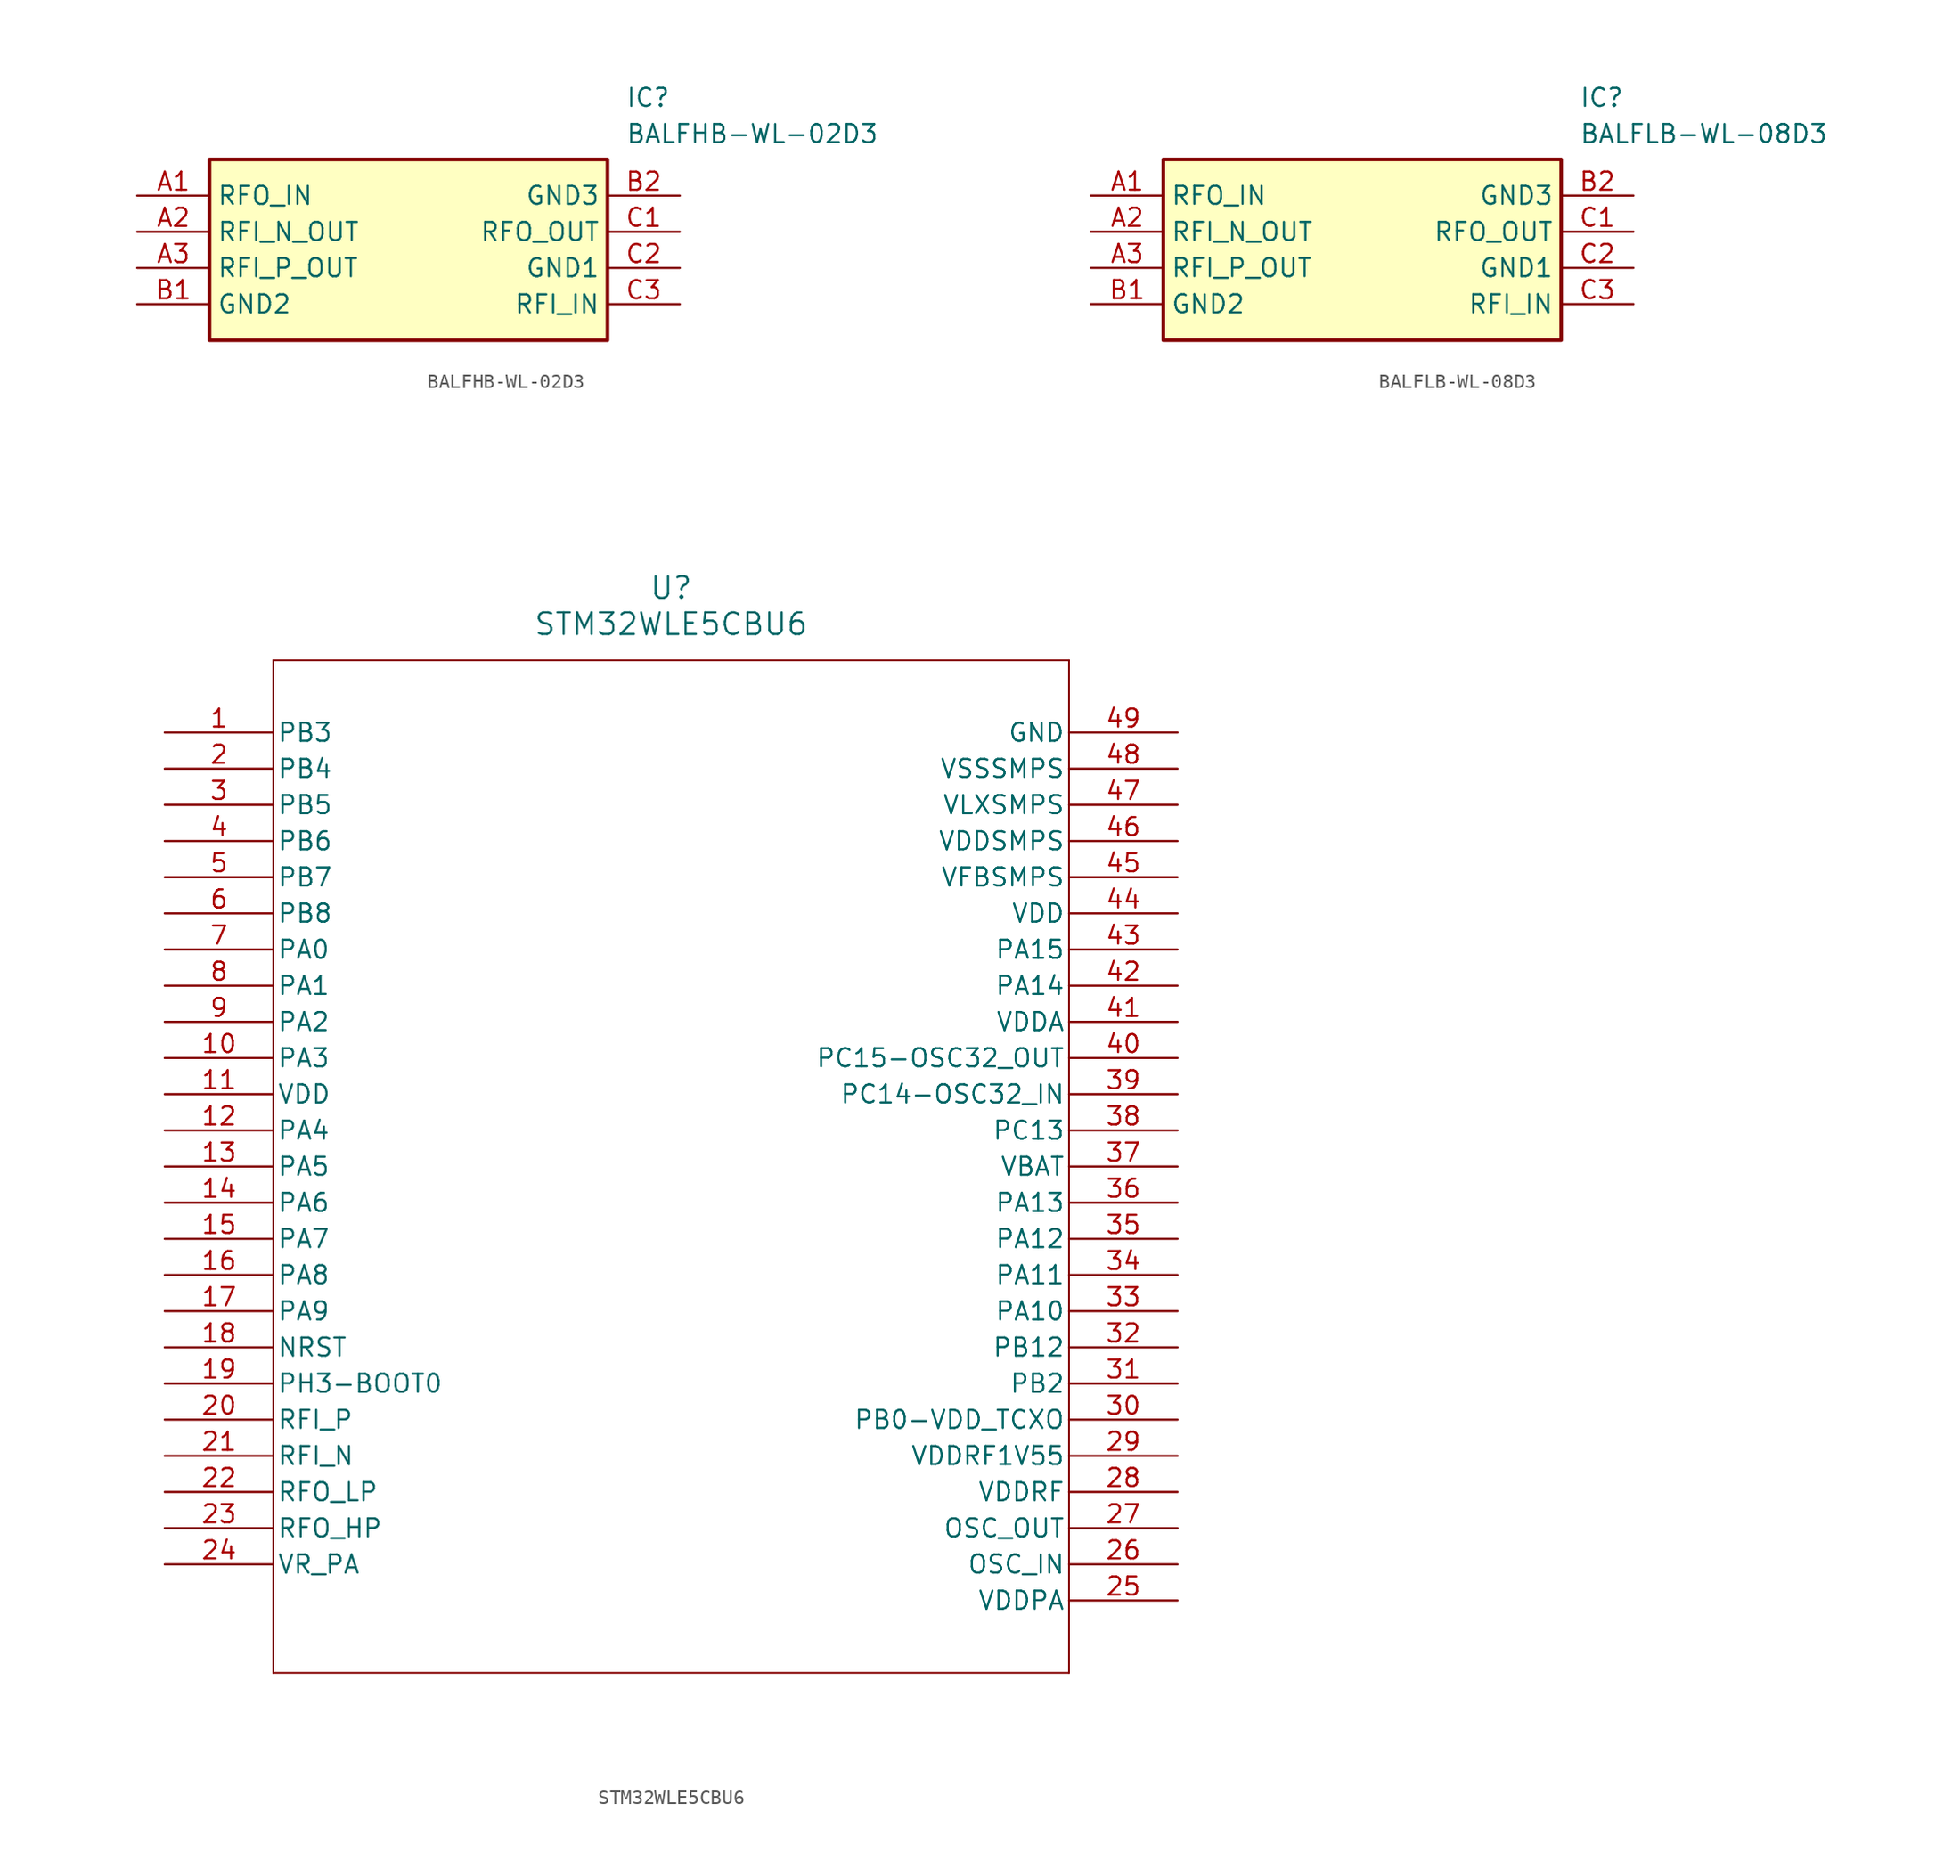
<source format=kicad_sym>
(kicad_symbol_lib
  (version 20231120)
  (generator "kicad_symbol_editor")
  (generator_version "8.0")
  (symbol "BALFHB-WL-02D3"
    (property "Reference" "IC"
      (at 34.29 7.62 0)
      (effects (font (size 1.27 1.27)) (justify left top)))
    (property "Value" "BALFHB-WL-02D3"
      (at 34.29 5.08 0)
      (effects (font (size 1.27 1.27)) (justify left top)))
    (symbol "BALFHB-WL-02D3_1_1"
      (rectangle (start 5.08 2.54) (end 33.02 -10.16) (stroke (width 0.254) (type default)) (fill (type background)))
      (pin passive line (at 0 0 0) (length 5.08) (name "RFO_IN" (effects (font (size 1.27 1.27)))) (number "A1" (effects (font (size 1.27 1.27)))))
      (pin passive line (at 0 -2.54 0) (length 5.08) (name "RFI_N_OUT" (effects (font (size 1.27 1.27)))) (number "A2" (effects (font (size 1.27 1.27)))))
      (pin passive line (at 0 -5.08 0) (length 5.08) (name "RFI_P_OUT" (effects (font (size 1.27 1.27)))) (number "A3" (effects (font (size 1.27 1.27)))))
      (pin passive line (at 0 -7.62 0) (length 5.08) (name "GND2" (effects (font (size 1.27 1.27)))) (number "B1" (effects (font (size 1.27 1.27)))))
      (pin passive line (at 38.1 0 180) (length 5.08) (name "GND3" (effects (font (size 1.27 1.27)))) (number "B2" (effects (font (size 1.27 1.27)))))
      (pin passive line (at 38.1 -2.54 180) (length 5.08) (name "RFO_OUT" (effects (font (size 1.27 1.27)))) (number "C1" (effects (font (size 1.27 1.27)))))
      (pin passive line (at 38.1 -5.08 180) (length 5.08) (name "GND1" (effects (font (size 1.27 1.27)))) (number "C2" (effects (font (size 1.27 1.27)))))
      (pin passive line (at 38.1 -7.62 180) (length 5.08) (name "RFI_IN" (effects (font (size 1.27 1.27)))) (number "C3" (effects (font (size 1.27 1.27)))))))
  (symbol "BALFLB-WL-08D3"
    (property "Reference" "IC"
      (at 34.29 7.62 0)
      (effects (font (size 1.27 1.27)) (justify left top)))
    (property "Value" "BALFLB-WL-08D3"
      (at 34.29 5.08 0)
      (effects (font (size 1.27 1.27)) (justify left top)))
    (symbol "BALFLB-WL-08D3_1_1"
      (rectangle (start 5.08 2.54) (end 33.02 -10.16) (stroke (width 0.254) (type default)) (fill (type background)))
      (pin passive line (at 0 0 0) (length 5.08) (name "RFO_IN" (effects (font (size 1.27 1.27)))) (number "A1" (effects (font (size 1.27 1.27)))))
      (pin passive line (at 0 -2.54 0) (length 5.08) (name "RFI_N_OUT" (effects (font (size 1.27 1.27)))) (number "A2" (effects (font (size 1.27 1.27)))))
      (pin passive line (at 0 -5.08 0) (length 5.08) (name "RFI_P_OUT" (effects (font (size 1.27 1.27)))) (number "A3" (effects (font (size 1.27 1.27)))))
      (pin passive line (at 0 -7.62 0) (length 5.08) (name "GND2" (effects (font (size 1.27 1.27)))) (number "B1" (effects (font (size 1.27 1.27)))))
      (pin passive line (at 38.1 0 180) (length 5.08) (name "GND3" (effects (font (size 1.27 1.27)))) (number "B2" (effects (font (size 1.27 1.27)))))
      (pin passive line (at 38.1 -2.54 180) (length 5.08) (name "RFO_OUT" (effects (font (size 1.27 1.27)))) (number "C1" (effects (font (size 1.27 1.27)))))
      (pin passive line (at 38.1 -5.08 180) (length 5.08) (name "GND1" (effects (font (size 1.27 1.27)))) (number "C2" (effects (font (size 1.27 1.27)))))
      (pin passive line (at 38.1 -7.62 180) (length 5.08) (name "RFI_IN" (effects (font (size 1.27 1.27)))) (number "C3" (effects (font (size 1.27 1.27)))))))
  (symbol "STM32WLE5CBU6"
    (pin_names
      (offset 0.254))
    (property "Reference" "U"
      (at 35.56 10.16 0)
      (effects (font (size 1.524 1.524))))
    (property "Value" "STM32WLE5CBU6"
      (at 35.56 7.62 0)
      (effects (font (size 1.524 1.524))))
    (property "ki_locked" ""
      (at 0 0 0)
      (effects (font (size 1.27 1.27))))
    (symbol "STM32WLE5CBU6_0_1"
      (polyline (pts (xy 7.62 -66.04) (xy 63.5 -66.04)) (stroke (width 0.127) (type default)) (fill (type none)))
      (polyline (pts (xy 7.62 5.08) (xy 7.62 -66.04)) (stroke (width 0.127) (type default)) (fill (type none)))
      (polyline (pts (xy 63.5 -66.04) (xy 63.5 5.08)) (stroke (width 0.127) (type default)) (fill (type none)))
      (polyline (pts (xy 63.5 5.08) (xy 7.62 5.08)) (stroke (width 0.127) (type default)) (fill (type none)))
      (pin bidirectional line (at 0 0 0) (length 7.62) (name "PB3" (effects (font (size 1.27 1.27)))) (number "1" (effects (font (size 1.27 1.27)))))
      (pin bidirectional line (at 0 -22.86 0) (length 7.62) (name "PA3" (effects (font (size 1.27 1.27)))) (number "10" (effects (font (size 1.27 1.27)))))
      (pin power_in line (at 0 -25.4 0) (length 7.62) (name "VDD" (effects (font (size 1.27 1.27)))) (number "11" (effects (font (size 1.27 1.27)))))
      (pin bidirectional line (at 0 -27.94 0) (length 7.62) (name "PA4" (effects (font (size 1.27 1.27)))) (number "12" (effects (font (size 1.27 1.27)))))
      (pin bidirectional line (at 0 -30.48 0) (length 7.62) (name "PA5" (effects (font (size 1.27 1.27)))) (number "13" (effects (font (size 1.27 1.27)))))
      (pin bidirectional line (at 0 -33.02 0) (length 7.62) (name "PA6" (effects (font (size 1.27 1.27)))) (number "14" (effects (font (size 1.27 1.27)))))
      (pin bidirectional line (at 0 -35.56 0) (length 7.62) (name "PA7" (effects (font (size 1.27 1.27)))) (number "15" (effects (font (size 1.27 1.27)))))
      (pin bidirectional line (at 0 -38.1 0) (length 7.62) (name "PA8" (effects (font (size 1.27 1.27)))) (number "16" (effects (font (size 1.27 1.27)))))
      (pin bidirectional line (at 0 -40.64 0) (length 7.62) (name "PA9" (effects (font (size 1.27 1.27)))) (number "17" (effects (font (size 1.27 1.27)))))
      (pin bidirectional line (at 0 -43.18 0) (length 7.62) (name "NRST" (effects (font (size 1.27 1.27)))) (number "18" (effects (font (size 1.27 1.27)))))
      (pin bidirectional line (at 0 -45.72 0) (length 7.62) (name "PH3-BOOT0" (effects (font (size 1.27 1.27)))) (number "19" (effects (font (size 1.27 1.27)))))
      (pin bidirectional line (at 0 -2.54 0) (length 7.62) (name "PB4" (effects (font (size 1.27 1.27)))) (number "2" (effects (font (size 1.27 1.27)))))
      (pin input line (at 0 -48.26 0) (length 7.62) (name "RFI_P" (effects (font (size 1.27 1.27)))) (number "20" (effects (font (size 1.27 1.27)))))
      (pin input line (at 0 -50.8 0) (length 7.62) (name "RFI_N" (effects (font (size 1.27 1.27)))) (number "21" (effects (font (size 1.27 1.27)))))
      (pin output line (at 0 -53.34 0) (length 7.62) (name "RFO_LP" (effects (font (size 1.27 1.27)))) (number "22" (effects (font (size 1.27 1.27)))))
      (pin output line (at 0 -55.88 0) (length 7.62) (name "RFO_HP" (effects (font (size 1.27 1.27)))) (number "23" (effects (font (size 1.27 1.27)))))
      (pin power_in line (at 0 -58.42 0) (length 7.62) (name "VR_PA" (effects (font (size 1.27 1.27)))) (number "24" (effects (font (size 1.27 1.27)))))
      (pin power_in line (at 71.12 -60.96 180) (length 7.62) (name "VDDPA" (effects (font (size 1.27 1.27)))) (number "25" (effects (font (size 1.27 1.27)))))
      (pin input line (at 71.12 -58.42 180) (length 7.62) (name "OSC_IN" (effects (font (size 1.27 1.27)))) (number "26" (effects (font (size 1.27 1.27)))))
      (pin output line (at 71.12 -55.88 180) (length 7.62) (name "OSC_OUT" (effects (font (size 1.27 1.27)))) (number "27" (effects (font (size 1.27 1.27)))))
      (pin power_in line (at 71.12 -53.34 180) (length 7.62) (name "VDDRF" (effects (font (size 1.27 1.27)))) (number "28" (effects (font (size 1.27 1.27)))))
      (pin power_in line (at 71.12 -50.8 180) (length 7.62) (name "VDDRF1V55" (effects (font (size 1.27 1.27)))) (number "29" (effects (font (size 1.27 1.27)))))
      (pin bidirectional line (at 0 -5.08 0) (length 7.62) (name "PB5" (effects (font (size 1.27 1.27)))) (number "3" (effects (font (size 1.27 1.27)))))
      (pin power_in line (at 71.12 -48.26 180) (length 7.62) (name "PB0-VDD_TCXO" (effects (font (size 1.27 1.27)))) (number "30" (effects (font (size 1.27 1.27)))))
      (pin bidirectional line (at 71.12 -45.72 180) (length 7.62) (name "PB2" (effects (font (size 1.27 1.27)))) (number "31" (effects (font (size 1.27 1.27)))))
      (pin bidirectional line (at 71.12 -43.18 180) (length 7.62) (name "PB12" (effects (font (size 1.27 1.27)))) (number "32" (effects (font (size 1.27 1.27)))))
      (pin bidirectional line (at 71.12 -40.64 180) (length 7.62) (name "PA10" (effects (font (size 1.27 1.27)))) (number "33" (effects (font (size 1.27 1.27)))))
      (pin bidirectional line (at 71.12 -38.1 180) (length 7.62) (name "PA11" (effects (font (size 1.27 1.27)))) (number "34" (effects (font (size 1.27 1.27)))))
      (pin bidirectional line (at 71.12 -35.56 180) (length 7.62) (name "PA12" (effects (font (size 1.27 1.27)))) (number "35" (effects (font (size 1.27 1.27)))))
      (pin bidirectional line (at 71.12 -33.02 180) (length 7.62) (name "PA13" (effects (font (size 1.27 1.27)))) (number "36" (effects (font (size 1.27 1.27)))))
      (pin power_in line (at 71.12 -30.48 180) (length 7.62) (name "VBAT" (effects (font (size 1.27 1.27)))) (number "37" (effects (font (size 1.27 1.27)))))
      (pin bidirectional line (at 71.12 -27.94 180) (length 7.62) (name "PC13" (effects (font (size 1.27 1.27)))) (number "38" (effects (font (size 1.27 1.27)))))
      (pin bidirectional line (at 71.12 -25.4 180) (length 7.62) (name "PC14-OSC32_IN" (effects (font (size 1.27 1.27)))) (number "39" (effects (font (size 1.27 1.27)))))
      (pin bidirectional line (at 0 -7.62 0) (length 7.62) (name "PB6" (effects (font (size 1.27 1.27)))) (number "4" (effects (font (size 1.27 1.27)))))
      (pin bidirectional line (at 71.12 -22.86 180) (length 7.62) (name "PC15-OSC32_OUT" (effects (font (size 1.27 1.27)))) (number "40" (effects (font (size 1.27 1.27)))))
      (pin power_in line (at 71.12 -20.32 180) (length 7.62) (name "VDDA" (effects (font (size 1.27 1.27)))) (number "41" (effects (font (size 1.27 1.27)))))
      (pin bidirectional line (at 71.12 -17.78 180) (length 7.62) (name "PA14" (effects (font (size 1.27 1.27)))) (number "42" (effects (font (size 1.27 1.27)))))
      (pin bidirectional line (at 71.12 -15.24 180) (length 7.62) (name "PA15" (effects (font (size 1.27 1.27)))) (number "43" (effects (font (size 1.27 1.27)))))
      (pin power_in line (at 71.12 -12.7 180) (length 7.62) (name "VDD" (effects (font (size 1.27 1.27)))) (number "44" (effects (font (size 1.27 1.27)))))
      (pin power_in line (at 71.12 -10.16 180) (length 7.62) (name "VFBSMPS" (effects (font (size 1.27 1.27)))) (number "45" (effects (font (size 1.27 1.27)))))
      (pin power_in line (at 71.12 -7.62 180) (length 7.62) (name "VDDSMPS" (effects (font (size 1.27 1.27)))) (number "46" (effects (font (size 1.27 1.27)))))
      (pin power_in line (at 71.12 -5.08 180) (length 7.62) (name "VLXSMPS" (effects (font (size 1.27 1.27)))) (number "47" (effects (font (size 1.27 1.27)))))
      (pin power_out line (at 71.12 -2.54 180) (length 7.62) (name "VSSSMPS" (effects (font (size 1.27 1.27)))) (number "48" (effects (font (size 1.27 1.27)))))
      (pin power_out line (at 71.12 0 180) (length 7.62) (name "GND" (effects (font (size 1.27 1.27)))) (number "49" (effects (font (size 1.27 1.27)))))
      (pin bidirectional line (at 0 -10.16 0) (length 7.62) (name "PB7" (effects (font (size 1.27 1.27)))) (number "5" (effects (font (size 1.27 1.27)))))
      (pin bidirectional line (at 0 -12.7 0) (length 7.62) (name "PB8" (effects (font (size 1.27 1.27)))) (number "6" (effects (font (size 1.27 1.27)))))
      (pin bidirectional line (at 0 -15.24 0) (length 7.62) (name "PA0" (effects (font (size 1.27 1.27)))) (number "7" (effects (font (size 1.27 1.27)))))
      (pin bidirectional line (at 0 -17.78 0) (length 7.62) (name "PA1" (effects (font (size 1.27 1.27)))) (number "8" (effects (font (size 1.27 1.27)))))
      (pin bidirectional line (at 0 -20.32 0) (length 7.62) (name "PA2" (effects (font (size 1.27 1.27)))) (number "9" (effects (font (size 1.27 1.27))))))))
</source>
